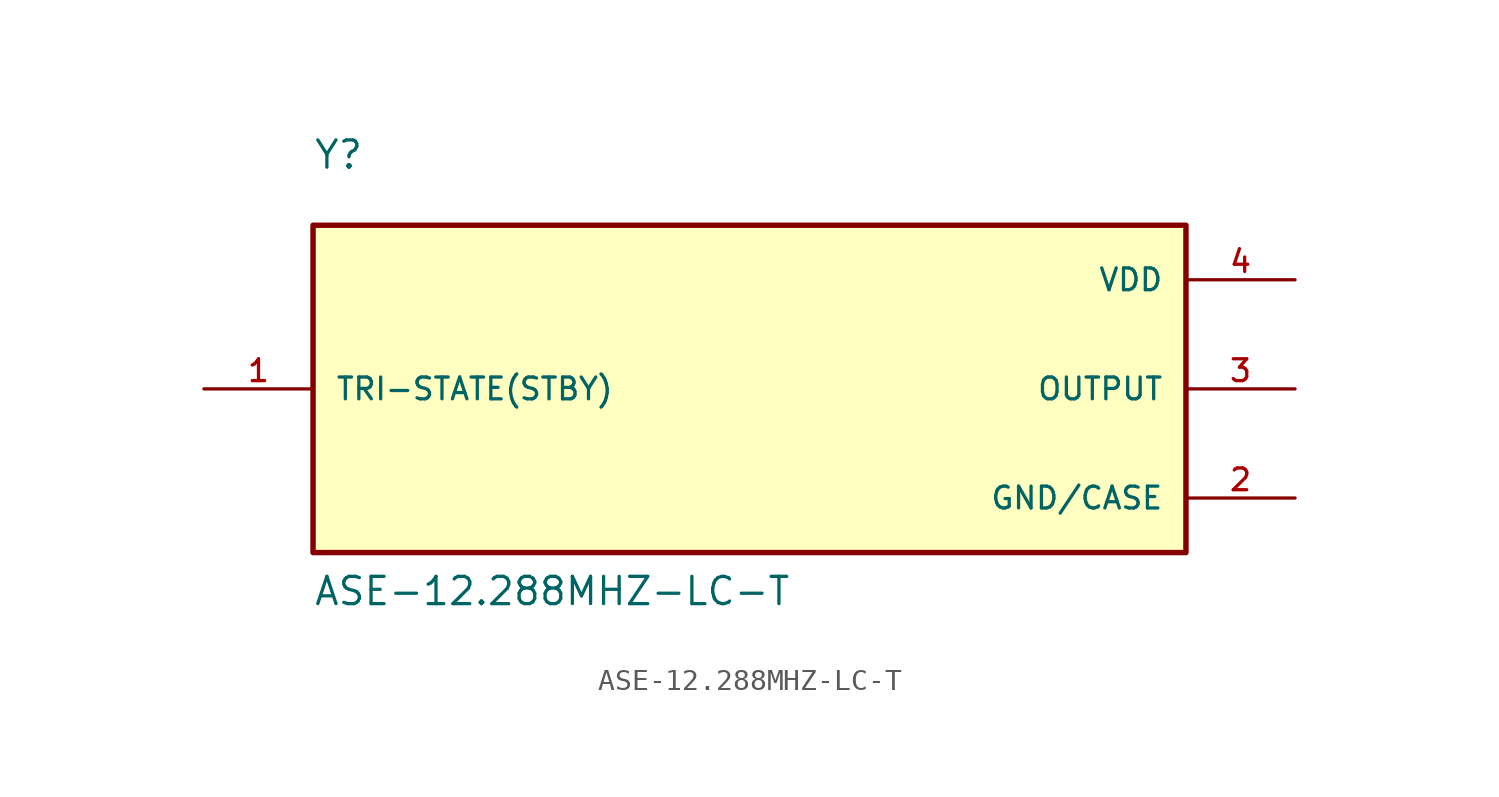
<source format=kicad_sym>
(kicad_symbol_lib
  (version 20211014)
  (generator kicad_symbol_editor)
  (symbol "ASE-12.288MHZ-LC-T"
    (pin_names
      (offset 1.016))
    (property "Reference" "Y"
      (at -20.32 10.16 0)
      (effects (font (size 1.27 1.27)) (justify bottom left)))
    (property "Value" "ASE-12.288MHZ-LC-T"
      (at -20.32 -10.16 0)
      (effects (font (size 1.27 1.27)) (justify bottom left)))
    (symbol "ASE-12.288MHZ-LC-T_0_0"
      (rectangle (start -20.32 -7.62) (end 20.32 7.62) (stroke (width 0.254)) (fill (type background)))
      (pin power_in line (at 25.4 5.08 180.0) (length 5.08) (name "VDD" (effects (font (size 1.016 1.016)))) (number "4" (effects (font (size 1.016 1.016)))))
      (pin passive line (at -25.4 0.0 0) (length 5.08) (name "TRI-STATE(STBY)" (effects (font (size 1.016 1.016)))) (number "1" (effects (font (size 1.016 1.016)))))
      (pin power_in line (at 25.4 -5.08 180.0) (length 5.08) (name "GND/CASE" (effects (font (size 1.016 1.016)))) (number "2" (effects (font (size 1.016 1.016)))))
      (pin output line (at 25.4 0.0 180.0) (length 5.08) (name "OUTPUT" (effects (font (size 1.016 1.016)))) (number "3" (effects (font (size 1.016 1.016))))))))
</source>
